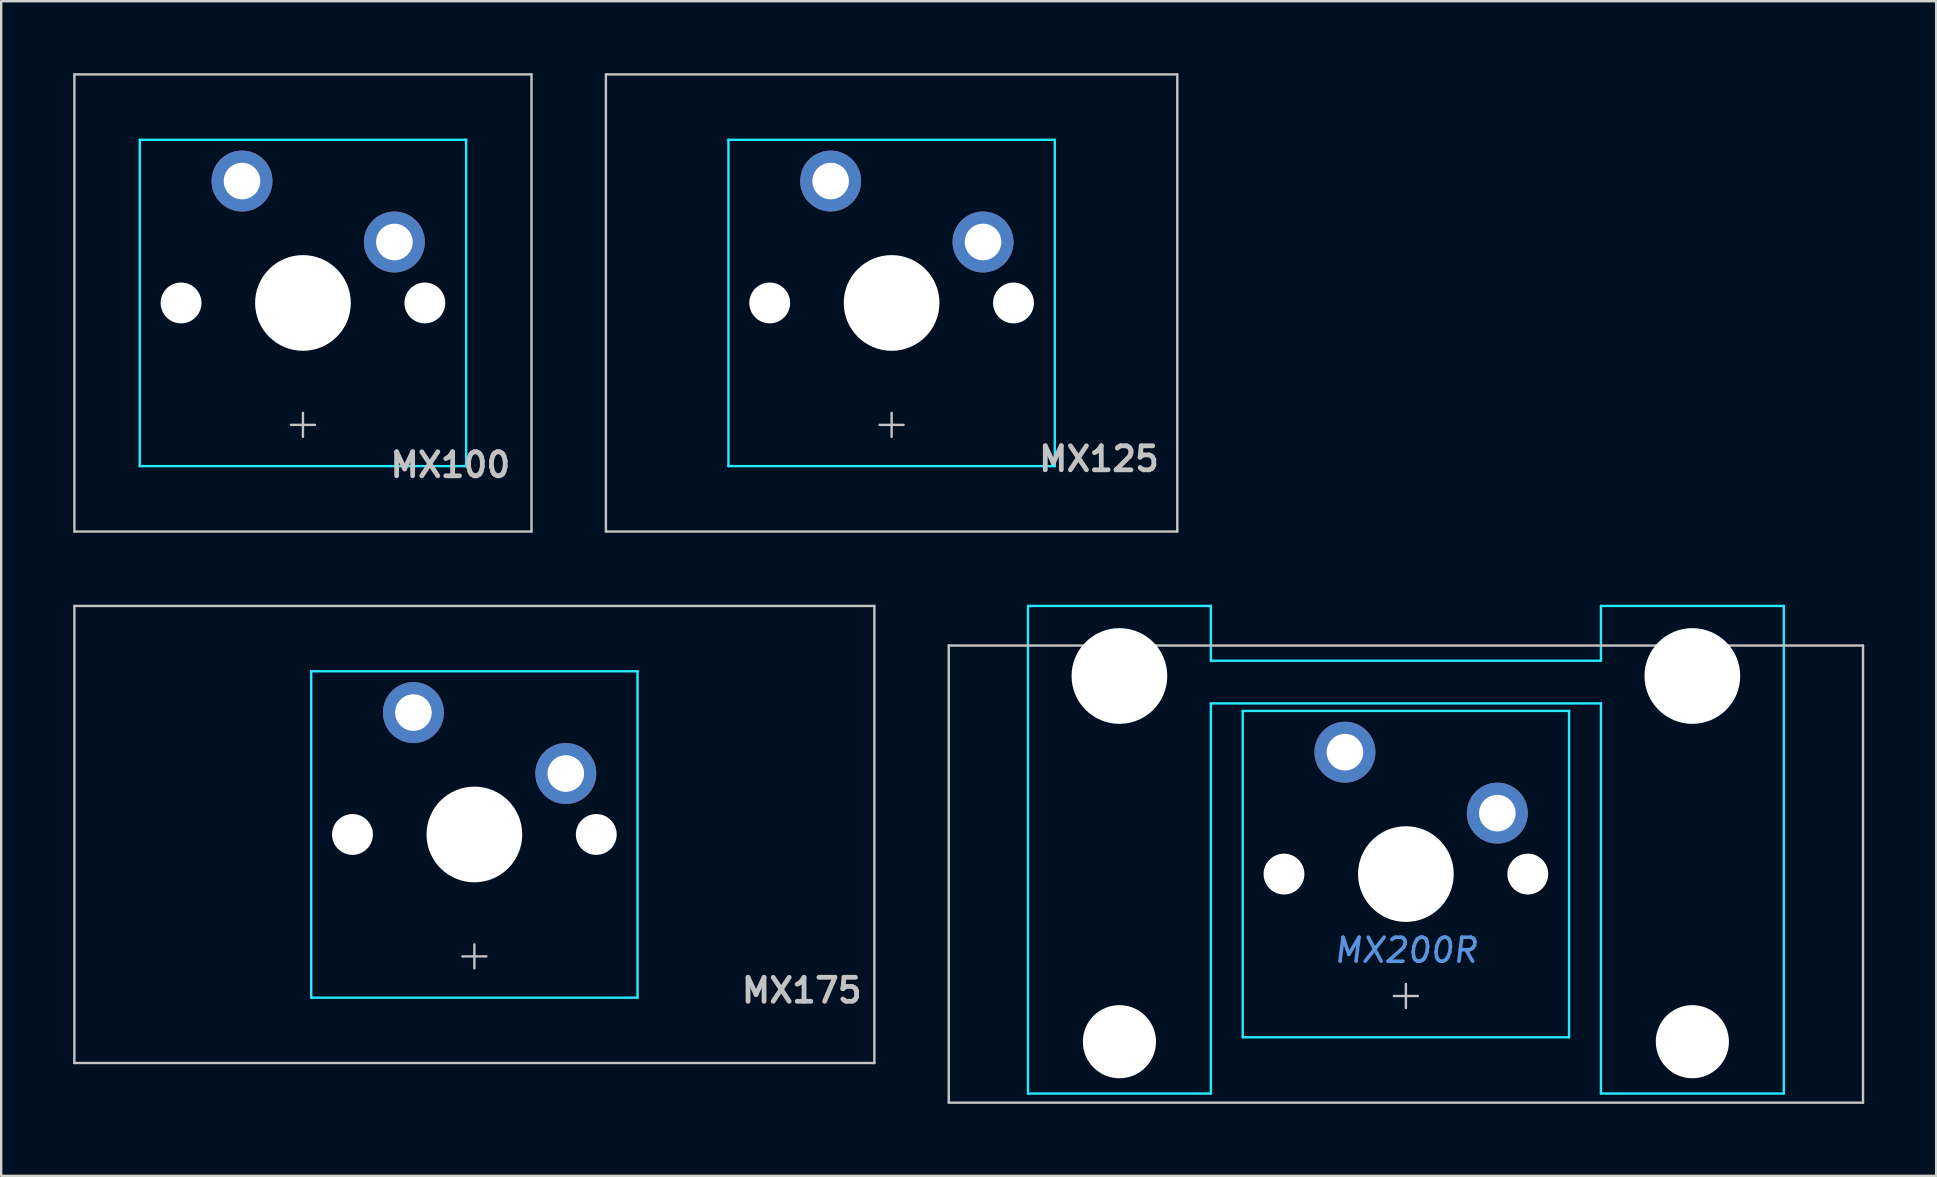
<source format=kicad_pcb>
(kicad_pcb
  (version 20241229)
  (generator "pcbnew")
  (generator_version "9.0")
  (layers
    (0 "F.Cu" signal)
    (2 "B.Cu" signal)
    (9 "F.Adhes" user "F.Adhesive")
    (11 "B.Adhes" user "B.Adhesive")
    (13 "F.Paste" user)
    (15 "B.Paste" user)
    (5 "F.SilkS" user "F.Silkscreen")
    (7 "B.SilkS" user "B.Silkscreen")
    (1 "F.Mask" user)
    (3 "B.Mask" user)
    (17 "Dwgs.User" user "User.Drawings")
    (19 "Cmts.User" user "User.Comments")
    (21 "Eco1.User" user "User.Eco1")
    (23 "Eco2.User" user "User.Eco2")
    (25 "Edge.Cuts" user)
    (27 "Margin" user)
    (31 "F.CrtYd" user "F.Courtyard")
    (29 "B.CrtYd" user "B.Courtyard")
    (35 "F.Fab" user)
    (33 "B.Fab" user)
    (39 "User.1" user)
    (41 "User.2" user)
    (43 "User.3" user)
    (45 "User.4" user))
  (footprint "MX200R"
    (layer "F.Cu")
    (at 55.538 33.376)
    (property "Reference" "MX200R" (at 0 3.175 0) (layer "Cmts.User") (effects (font (size 1 1) (thickness 0.15) (italic yes))))
    (attr through_hole)
    (fp_line (start -19.05 -9.525) (end -19.05 9.525) (stroke (width 0.1) (type solid)) (layer "Dwgs.User"))
    (fp_line (start -19.05 -9.525) (end 19.05 -9.525) (stroke (width 0.1) (type solid)) (layer "Dwgs.User"))
    (fp_line (start -19.05 9.525) (end 19.05 9.525) (stroke (width 0.1) (type solid)) (layer "Dwgs.User"))
    (fp_line (start -0.5 5.08) (end 0.5 5.08) (stroke (width 0.1) (type solid)) (layer "Dwgs.User"))
    (fp_line (start 0 4.58) (end 0 5.58) (stroke (width 0.1) (type solid)) (layer "Dwgs.User"))
    (fp_line (start 19.05 -9.525) (end 19.05 9.525) (stroke (width 0.1) (type solid)) (layer "Dwgs.User"))
    (fp_line (start -15.438 -8.515) (end -15.438 5.485) (stroke (width 0.1) (type solid)) (layer "Eco1.User"))
    (fp_line (start -14.938 -9.015) (end -8.938 -9.015) (stroke (width 0.1) (type solid)) (layer "Eco1.User"))
    (fp_line (start -8.938 5.985) (end -14.938 5.985) (stroke (width 0.1) (type solid)) (layer "Eco1.User"))
    (fp_line (start -8.438 5.485) (end -8.438 -8.515) (stroke (width 0.1) (type solid)) (layer "Eco1.User"))
    (fp_line (start -7 -6.5) (end -7 6.5) (stroke (width 0.1) (type solid)) (layer "Eco1.User"))
    (fp_line (start -6.5 7) (end 6.5 7) (stroke (width 0.1) (type solid)) (layer "Eco1.User"))
    (fp_line (start 6.5 -7) (end -6.5 -7) (stroke (width 0.1) (type solid)) (layer "Eco1.User"))
    (fp_line (start 7 6.5) (end 7 -6.5) (stroke (width 0.1) (type solid)) (layer "Eco1.User"))
    (fp_line (start 8.438 -8.515) (end 8.438 5.485) (stroke (width 0.1) (type solid)) (layer "Eco1.User"))
    (fp_line (start 8.938 -9.015) (end 14.938 -9.015) (stroke (width 0.1) (type solid)) (layer "Eco1.User"))
    (fp_line (start 14.938 5.985) (end 8.938 5.985) (stroke (width 0.1) (type solid)) (layer "Eco1.User"))
    (fp_line (start 15.438 5.485) (end 15.438 -8.515) (stroke (width 0.1) (type solid)) (layer "Eco1.User"))
    (fp_arc (start -15.438 -8.515) (mid -15.291553 -8.868553) (end -14.938 -9.015) (stroke (width 0.1) (type solid)) (layer "Eco1.User"))
    (fp_arc (start -14.938 5.985) (mid -15.291553 5.838553) (end -15.438 5.485) (stroke (width 0.1) (type solid)) (layer "Eco1.User"))
    (fp_arc (start -8.938 -9.015) (mid -8.584447 -8.868553) (end -8.438 -8.515) (stroke (width 0.1) (type solid)) (layer "Eco1.User"))
    (fp_arc (start -8.438 5.485) (mid -8.584447 5.838553) (end -8.938 5.985) (stroke (width 0.1) (type solid)) (layer "Eco1.User"))
    (fp_arc (start -7 -6.5) (mid -6.853553 -6.853553) (end -6.5 -7) (stroke (width 0.1) (type solid)) (layer "Eco1.User"))
    (fp_arc (start -6.5 7) (mid -6.853553 6.853553) (end -7 6.5) (stroke (width 0.1) (type solid)) (layer "Eco1.User"))
    (fp_arc (start 6.5 -7) (mid 6.853553 -6.853553) (end 7 -6.5) (stroke (width 0.1) (type solid)) (layer "Eco1.User"))
    (fp_arc (start 7 6.5) (mid 6.853553 6.853553) (end 6.5 7) (stroke (width 0.1) (type solid)) (layer "Eco1.User"))
    (fp_arc (start 8.438 -8.515) (mid 8.584447 -8.868553) (end 8.938 -9.015) (stroke (width 0.1) (type solid)) (layer "Eco1.User"))
    (fp_arc (start 8.938 5.985) (mid 8.584447 5.838553) (end 8.438 5.485) (stroke (width 0.1) (type solid)) (layer "Eco1.User"))
    (fp_arc (start 14.938 -9.015) (mid 15.291553 -8.868553) (end 15.438 -8.515) (stroke (width 0.1) (type solid)) (layer "Eco1.User"))
    (fp_arc (start 15.438 5.485) (mid 15.291553 5.838553) (end 14.938 5.985) (stroke (width 0.1) (type solid)) (layer "Eco1.User"))
    (fp_line (start -15.748 9.144) (end -15.748 -11.176) (stroke (width 0.1) (type solid)) (layer "B.CrtYd"))
    (fp_line (start -8.128 -11.176) (end -15.748 -11.176) (stroke (width 0.1) (type solid)) (layer "B.CrtYd"))
    (fp_line (start -8.128 -8.89) (end -8.128 -11.176) (stroke (width 0.1) (type solid)) (layer "B.CrtYd"))
    (fp_line (start -8.128 -7.112) (end -8.128 9.144) (stroke (width 0.1) (type solid)) (layer "B.CrtYd"))
    (fp_line (start -8.128 9.144) (end -15.748 9.144) (stroke (width 0.1) (type solid)) (layer "B.CrtYd"))
    (fp_line (start -6.8 -6.8) (end -6.8 6.8) (stroke (width 0.1) (type solid)) (layer "B.CrtYd"))
    (fp_line (start 6.8 -6.8) (end -6.8 -6.8) (stroke (width 0.1) (type solid)) (layer "B.CrtYd"))
    (fp_line (start 6.8 -6.8) (end 6.8 6.8) (stroke (width 0.1) (type solid)) (layer "B.CrtYd"))
    (fp_line (start 6.8 6.8) (end -6.8 6.8) (stroke (width 0.1) (type solid)) (layer "B.CrtYd"))
    (fp_line (start 8.128 -8.89) (end -8.128 -8.89) (stroke (width 0.1) (type solid)) (layer "B.CrtYd"))
    (fp_line (start 8.128 -8.89) (end 8.128 -11.176) (stroke (width 0.1) (type solid)) (layer "B.CrtYd"))
    (fp_line (start 8.128 -7.112) (end -8.128 -7.112) (stroke (width 0.1) (type solid)) (layer "B.CrtYd"))
    (fp_line (start 8.128 -7.112) (end 8.128 9.144) (stroke (width 0.1) (type solid)) (layer "B.CrtYd"))
    (fp_line (start 15.748 -11.176) (end 8.128 -11.176) (stroke (width 0.1) (type solid)) (layer "B.CrtYd"))
    (fp_line (start 15.748 9.144) (end 8.128 9.144) (stroke (width 0.1) (type solid)) (layer "B.CrtYd"))
    (fp_line (start 15.748 9.144) (end 15.748 -11.176) (stroke (width 0.1) (type solid)) (layer "B.CrtYd"))
    (pad "" np_thru_hole circle (at -11.938 -8.255) (size 3.988 3.988) (drill 3.988) (layers "*.Cu" "*.Mask"))
    (pad "" np_thru_hole circle (at -11.938 6.985) (size 3.048 3.048) (drill 3.048) (layers "*.Cu" "*.Mask"))
    (pad "" np_thru_hole circle (at -5.08 0) (size 1.702 1.702) (drill 1.702) (layers "*.Cu" "*.Mask"))
    (pad "" connect circle (at -2.54 -5.08) (size 1.524 1.524) (layers "B.Mask"))
    (pad "" np_thru_hole circle (at 0 0) (size 3.988 3.988) (drill 3.988) (layers "*.Cu" "*.Mask"))
    (pad "" connect circle (at 3.81 -2.54) (size 1.524 1.524) (layers "B.Mask"))
    (pad "" np_thru_hole circle (at 5.08 0) (size 1.702 1.702) (drill 1.702) (layers "*.Cu" "*.Mask"))
    (pad "" np_thru_hole circle (at 11.938 -8.255) (size 3.988 3.988) (drill 3.988) (layers "*.Cu" "*.Mask"))
    (pad "" np_thru_hole circle (at 11.938 6.985) (size 3.048 3.048) (drill 3.048) (layers "*.Cu" "*.Mask"))
    (pad "1" thru_hole circle (at -2.54 -5.08) (size 2.54 2.54) (drill 1.524) (layers "*.Cu" "F.Mask"))
    (pad "2" thru_hole circle (at 3.81 -2.54) (size 2.54 2.54) (drill 1.524) (layers "*.Cu" "F.Mask")))
  (footprint "MX100"
    (layer "F.Cu")
    (at 9.575 9.575)
    (property "Reference" "MX100" (at 8.75 6.75 0) (layer "Dwgs.User") (effects (font (size 1 1) (thickness 0.2)) (justify right)))
    (attr through_hole)
    (fp_circle (center 3.81 -2.54) (end 4.318 -2.54) (stroke (width 0.12) (type solid)) (fill no) (layer "F.Mask"))
    (fp_line (start -9.525 -9.525) (end 9.525 -9.525) (stroke (width 0.1) (type solid)) (layer "Dwgs.User"))
    (fp_line (start -9.525 9.525) (end -9.525 -9.525) (stroke (width 0.1) (type solid)) (layer "Dwgs.User"))
    (fp_line (start -0.5 5.08) (end 0.5 5.08) (stroke (width 0.1) (type solid)) (layer "Dwgs.User"))
    (fp_line (start 0 4.58) (end 0 5.58) (stroke (width 0.1) (type solid)) (layer "Dwgs.User"))
    (fp_line (start 9.525 -9.525) (end 9.525 9.525) (stroke (width 0.1) (type solid)) (layer "Dwgs.User"))
    (fp_line (start 9.525 9.525) (end -9.525 9.525) (stroke (width 0.1) (type solid)) (layer "Dwgs.User"))
    (fp_line (start -6.8 -6.8) (end -6.8 6.8) (stroke (width 0.1) (type solid)) (layer "B.CrtYd"))
    (fp_line (start -6.8 -6.8) (end 6.8 -6.8) (stroke (width 0.1) (type solid)) (layer "B.CrtYd"))
    (fp_line (start -6.8 6.8) (end 6.8 6.8) (stroke (width 0.1) (type solid)) (layer "B.CrtYd"))
    (fp_line (start 6.8 -6.8) (end 6.8 6.8) (stroke (width 0.1) (type solid)) (layer "B.CrtYd"))
    (pad "" np_thru_hole circle (at -5.08 0) (size 1.702 1.702) (drill 1.702) (layers "*.Cu" "*.Mask"))
    (pad "" connect circle (at -2.54 -5.08) (size 1.524 1.524) (layers "B.Mask"))
    (pad "" np_thru_hole circle (at 0 0) (size 3.988 3.988) (drill 3.988) (layers "*.Cu" "*.Mask"))
    (pad "" connect circle (at 3.81 -2.54) (size 1.524 1.524) (layers "B.Mask"))
    (pad "" np_thru_hole circle (at 5.08 0) (size 1.702 1.702) (drill 1.702) (layers "*.Cu" "*.Mask"))
    (pad "1" thru_hole circle (at -2.54 -5.08) (size 2.54 2.54) (drill 1.524) (layers "*.Cu" "F.Mask"))
    (pad "2" thru_hole circle (at 3.81 -2.54 90) (size 2.54 2.54) (drill 1.524) (layers "*.Cu" "F.Mask")))
  (footprint "MX125"
    (layer "F.Cu")
    (at 34.106 9.575)
    (property "Reference" "MX125" (at 11.25 6.5 0) (layer "Dwgs.User") (effects (font (size 1 1) (thickness 0.2)) (justify right)))
    (attr through_hole)
    (fp_line (start -11.906 -9.525) (end -11.906 9.525) (stroke (width 0.1) (type solid)) (layer "Dwgs.User"))
    (fp_line (start -11.906 -9.525) (end 11.906 -9.525) (stroke (width 0.1) (type solid)) (layer "Dwgs.User"))
    (fp_line (start -11.906 9.525) (end 11.906 9.525) (stroke (width 0.1) (type solid)) (layer "Dwgs.User"))
    (fp_line (start -0.5 5.08) (end 0.5 5.08) (stroke (width 0.1) (type solid)) (layer "Dwgs.User"))
    (fp_line (start 0 4.58) (end 0 5.58) (stroke (width 0.1) (type solid)) (layer "Dwgs.User"))
    (fp_line (start 11.906 -9.525) (end 11.906 9.525) (stroke (width 0.1) (type solid)) (layer "Dwgs.User"))
    (fp_line (start -6.8 -6.8) (end -6.8 6.8) (stroke (width 0.1) (type solid)) (layer "B.CrtYd"))
    (fp_line (start -6.8 -6.8) (end 6.8 -6.8) (stroke (width 0.1) (type solid)) (layer "B.CrtYd"))
    (fp_line (start -6.8 6.8) (end 6.8 6.8) (stroke (width 0.1) (type solid)) (layer "B.CrtYd"))
    (fp_line (start 6.8 6.8) (end 6.8 -6.8) (stroke (width 0.1) (type solid)) (layer "B.CrtYd"))
    (pad "" np_thru_hole circle (at -5.08 0) (size 1.702 1.702) (drill 1.702) (layers "*.Cu" "*.Mask"))
    (pad "" connect circle (at -2.54 -5.08) (size 1.524 1.524) (layers "B.Mask"))
    (pad "" np_thru_hole circle (at 0 0) (size 3.988 3.988) (drill 3.988) (layers "*.Cu" "*.Mask"))
    (pad "" connect circle (at 3.81 -2.54) (size 1.524 1.524) (layers "B.Mask"))
    (pad "" np_thru_hole circle (at 5.08 0) (size 1.702 1.702) (drill 1.702) (layers "*.Cu" "*.Mask"))
    (pad "1" thru_hole circle (at -2.54 -5.08) (size 2.54 2.54) (drill 1.524) (layers "*.Cu" "F.Mask"))
    (pad "2" thru_hole circle (at 3.81 -2.54) (size 2.54 2.54) (drill 1.524) (layers "*.Cu" "F.Mask")))
  (footprint "MX175"
    (layer "F.Cu")
    (at 16.719 31.725)
    (property "Reference" "MX175" (at 16.25 6.5 0) (layer "Dwgs.User") (effects (font (size 1 1) (thickness 0.2)) (justify right)))
    (attr through_hole)
    (fp_circle (center -2.54 -5.08) (end -2.032 -5.08) (stroke (width 0.12) (type solid)) (fill no) (layer "F.Mask"))
    (fp_line (start -16.669 -9.525) (end -16.669 9.525) (stroke (width 0.1) (type solid)) (layer "Dwgs.User"))
    (fp_line (start -16.669 -9.525) (end 16.669 -9.525) (stroke (width 0.1) (type solid)) (layer "Dwgs.User"))
    (fp_line (start -16.669 9.525) (end 16.669 9.525) (stroke (width 0.1) (type solid)) (layer "Dwgs.User"))
    (fp_line (start -0.5 5.08) (end 0.5 5.08) (stroke (width 0.1) (type solid)) (layer "Dwgs.User"))
    (fp_line (start 0 4.58) (end 0 5.58) (stroke (width 0.1) (type solid)) (layer "Dwgs.User"))
    (fp_line (start 16.669 -9.525) (end 16.669 9.525) (stroke (width 0.1) (type solid)) (layer "Dwgs.User"))
    (fp_line (start -6.8 -6.8) (end 6.8 -6.8) (stroke (width 0.1) (type solid)) (layer "B.CrtYd"))
    (fp_line (start -6.8 6.8) (end -6.8 -6.8) (stroke (width 0.1) (type solid)) (layer "B.CrtYd"))
    (fp_line (start -6.8 6.8) (end 6.8 6.8) (stroke (width 0.1) (type solid)) (layer "B.CrtYd"))
    (fp_line (start 6.8 6.8) (end 6.8 -6.8) (stroke (width 0.1) (type solid)) (layer "B.CrtYd"))
    (pad "" np_thru_hole circle (at -5.08 0) (size 1.702 1.702) (drill 1.702) (layers "*.Cu" "*.Mask"))
    (pad "" connect circle (at -2.54 -5.08) (size 1.524 1.524) (layers "B.Mask"))
    (pad "" np_thru_hole circle (at 0 0) (size 3.988 3.988) (drill 3.988) (layers "*.Cu" "*.Mask"))
    (pad "" connect circle (at 3.81 -2.54) (size 1.524 1.524) (layers "B.Mask"))
    (pad "" np_thru_hole circle (at 5.08 0) (size 1.702 1.702) (drill 1.702) (layers "*.Cu" "*.Mask"))
    (pad "1" thru_hole circle (at -2.54 -5.08) (size 2.54 2.54) (drill 1.524) (layers "*.Cu" "F.Mask"))
    (pad "2" thru_hole circle (at 3.81 -2.54) (size 2.54 2.54) (drill 1.524) (layers "*.Cu" "F.Mask")))
  (gr_rect
    (start -3 -3)
    (end 77.638 45.951)
    (stroke (width 0.1) (type default))
    (fill no)
    (layer "Edge.Cuts")))
</source>
